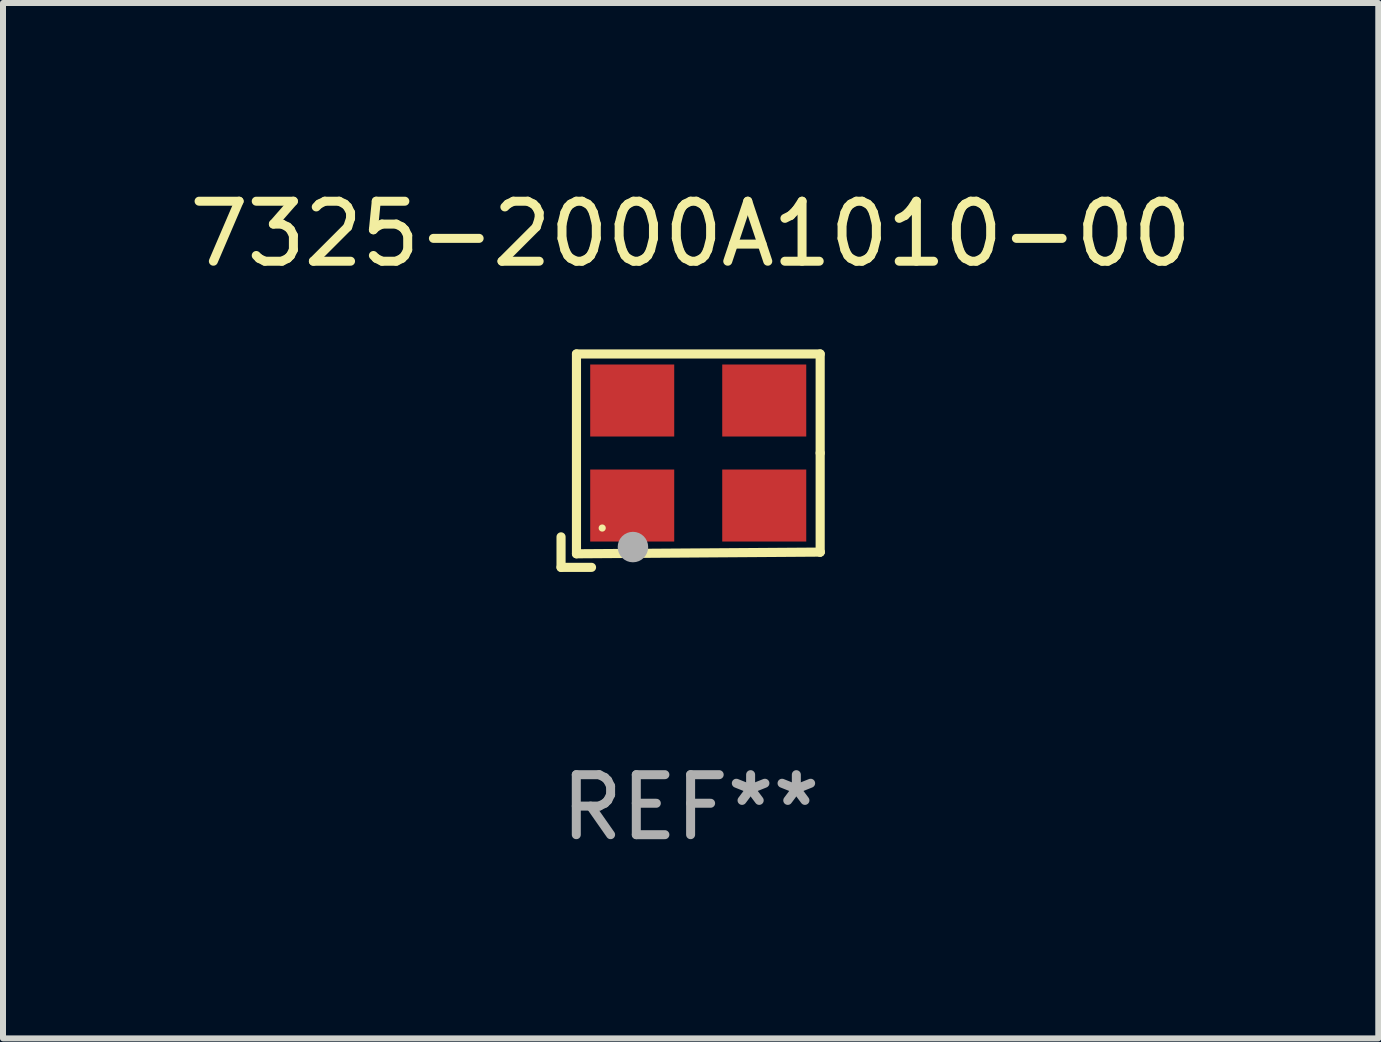
<source format=kicad_pcb>
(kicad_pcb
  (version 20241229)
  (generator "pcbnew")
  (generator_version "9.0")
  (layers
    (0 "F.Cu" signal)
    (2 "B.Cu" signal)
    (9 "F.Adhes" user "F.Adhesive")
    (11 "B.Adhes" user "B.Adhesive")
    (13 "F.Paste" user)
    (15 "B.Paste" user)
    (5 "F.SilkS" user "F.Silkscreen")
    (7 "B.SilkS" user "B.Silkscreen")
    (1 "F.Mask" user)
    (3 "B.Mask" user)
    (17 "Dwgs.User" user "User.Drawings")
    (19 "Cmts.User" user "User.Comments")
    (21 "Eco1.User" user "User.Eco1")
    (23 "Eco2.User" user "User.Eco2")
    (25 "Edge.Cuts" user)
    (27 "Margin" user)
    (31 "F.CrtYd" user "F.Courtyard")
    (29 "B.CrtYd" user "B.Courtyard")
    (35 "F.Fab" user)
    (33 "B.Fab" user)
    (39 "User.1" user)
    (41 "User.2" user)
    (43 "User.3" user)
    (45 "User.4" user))
  (footprint "7325-2000A1010-00"
    (layer "F.Cu")
    (at 8.458 4.626)
    (property "Reference" "7325-2000A1010-00" (at 0 -3.778 0) (layer "F.SilkS") (effects (font (size 1 1) (thickness 0.15))))
    (attr through_hole)
    (fp_line (start -2.159 1.27) (end -2.159 1.778) (stroke (width 0.152) (type solid)) (layer "F.SilkS"))
    (fp_line (start -2.159 1.778) (end -1.651 1.778) (stroke (width 0.152) (type solid)) (layer "F.SilkS"))
    (fp_line (start -1.902 -1.778) (end 2.159 -1.778) (stroke (width 0.152) (type solid)) (layer "F.SilkS"))
    (fp_line (start -1.902 1.552) (end -1.902 -1.778) (stroke (width 0.152) (type solid)) (layer "F.SilkS"))
    (fp_line (start 2.159 -1.778) (end 2.159 -0.127) (stroke (width 0.152) (type solid)) (layer "F.SilkS"))
    (fp_line (start 2.159 -0.127) (end 2.159 1.524) (stroke (width 0.152) (type solid)) (layer "F.SilkS"))
    (fp_line (start 2.159 1.524) (end -1.902 1.552) (stroke (width 0.152) (type solid)) (layer "F.SilkS"))
    (fp_line (start 2.159 1.524) (end 2.159 1.524) (stroke (width 0.152) (type solid)) (layer "F.SilkS"))
    (fp_circle (center -1.473 1.123) (end -1.443 1.123) (stroke (width 0.06) (type solid)) (fill no) (layer "F.SilkS"))
    (fp_circle (center -0.961 1.44) (end -0.834 1.44) (stroke (width 0.254) (type solid)) (fill no) (layer "F.Fab"))
    (fp_text user "REF**" (at 0 5.778 0) (layer "F.Fab") (effects (font (size 1 1) (thickness 0.15))))
    (pad "1" smd rect (at -0.973 0.748) (size 1.4 1.2) (layers "F.Cu" "F.Mask" "F.Paste"))
    (pad "2" smd rect (at 1.227 0.748) (size 1.4 1.2) (layers "F.Cu" "F.Mask" "F.Paste"))
    (pad "3" smd rect (at 1.227 -1.002) (size 1.4 1.2) (layers "F.Cu" "F.Mask" "F.Paste"))
    (pad "4" smd rect (at -0.973 -1.002) (size 1.4 1.2) (layers "F.Cu" "F.Mask" "F.Paste")))
  (gr_rect
    (start -3 -3)
    (end 19.917 14.253)
    (stroke (width 0.1) (type default))
    (fill no)
    (layer "Edge.Cuts")))
</source>
